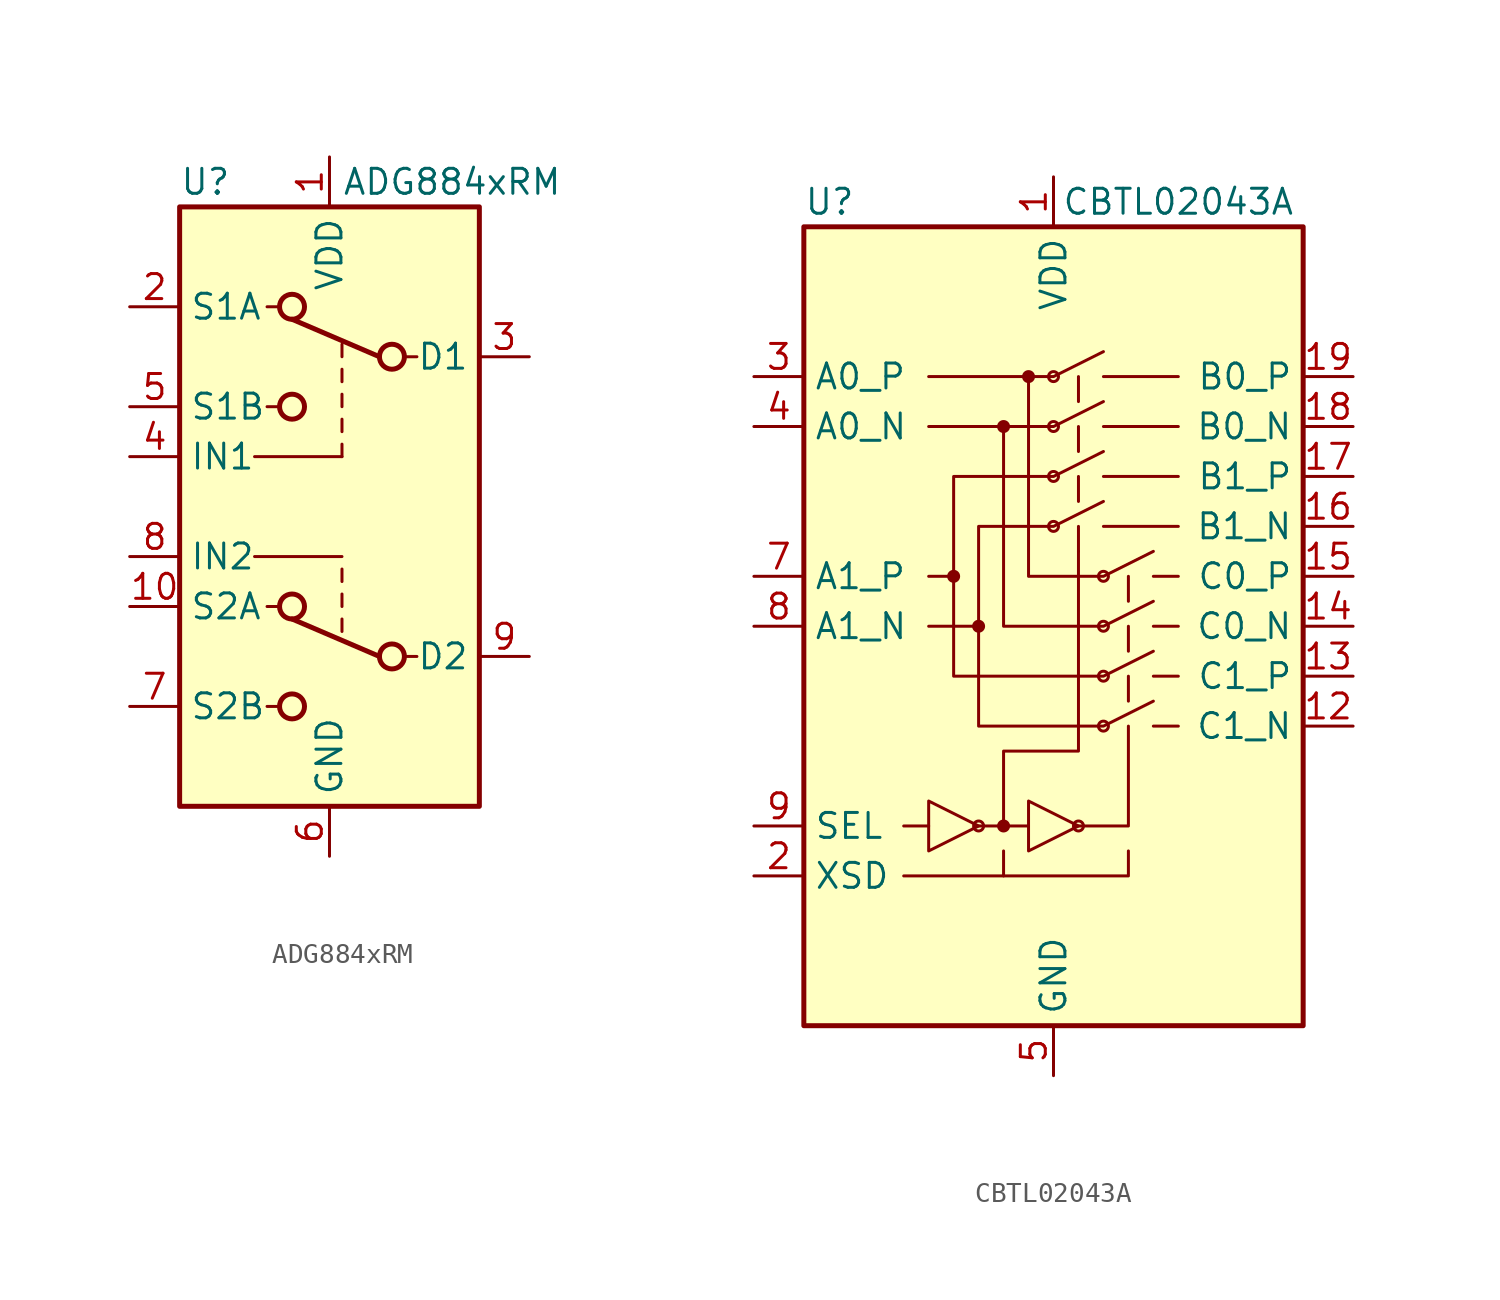
<source format=kicad_sym>
(kicad_symbol_lib
  (version 20241209)
  (generator "kicad_symbol_editor")
  (generator_version "9.0")
  (symbol "ADG884xRM"
    (property "Reference" "U"
      (at -7.62 16.51 0)
      (effects (font (size 1.27 1.27)) (justify left)))
    (property "Value" "ADG884xRM"
      (at 0.635 16.51 0)
      (effects (font (size 1.27 1.27)) (justify left)))
    (symbol "ADG884xRM_0_1"
      (rectangle (start -7.62 15.24) (end 7.62 -15.24) (stroke (width 0.254) (type default)) (fill (type background)))
      (polyline (pts (xy -3.81 2.54) (xy 0.635 2.54)) (stroke (width 0) (type default)) (fill (type none)))
      (polyline (pts (xy -3.81 -2.54) (xy 0.635 -2.54)) (stroke (width 0) (type default)) (fill (type none)))
      (polyline (pts (xy -3.175 10.16) (xy -2.54 10.16)) (stroke (width 0) (type default)) (fill (type none)))
      (polyline (pts (xy -3.175 5.08) (xy -2.54 5.08)) (stroke (width 0) (type default)) (fill (type none)))
      (polyline (pts (xy -3.175 -5.08) (xy -2.54 -5.08)) (stroke (width 0) (type default)) (fill (type none)))
      (polyline (pts (xy -3.175 -10.16) (xy -2.54 -10.16)) (stroke (width 0) (type default)) (fill (type none)))
      (circle (center -1.905 10.16) (radius 0.635) (stroke (width 0.254) (type default)) (fill (type none)))
      (polyline (pts (xy -1.905 9.525) (xy 2.54 7.62)) (stroke (width 0.254) (type default)) (fill (type none)))
      (circle (center -1.905 5.08) (radius 0.635) (stroke (width 0.254) (type default)) (fill (type none)))
      (circle (center -1.905 -5.08) (radius 0.635) (stroke (width 0.254) (type default)) (fill (type none)))
      (circle (center -1.905 -10.16) (radius 0.635) (stroke (width 0.254) (type default)) (fill (type none)))
      (polyline (pts (xy 0.635 8.255) (xy 0.635 7.62)) (stroke (width 0) (type default)) (fill (type none)))
      (polyline (pts (xy 0.635 6.985) (xy 0.635 6.35)) (stroke (width 0) (type default)) (fill (type none)))
      (polyline (pts (xy 0.635 5.715) (xy 0.635 5.08)) (stroke (width 0) (type default)) (fill (type none)))
      (polyline (pts (xy 0.635 4.445) (xy 0.635 3.81)) (stroke (width 0) (type default)) (fill (type none)))
      (polyline (pts (xy 0.635 3.175) (xy 0.635 2.54)) (stroke (width 0) (type default)) (fill (type none)))
      (polyline (pts (xy 0.635 -3.175) (xy 0.635 -3.81)) (stroke (width 0) (type default)) (fill (type none)))
      (polyline (pts (xy 0.635 -4.445) (xy 0.635 -5.08)) (stroke (width 0) (type default)) (fill (type none)))
      (polyline (pts (xy 0.635 -5.715) (xy 0.635 -6.35)) (stroke (width 0) (type default)) (fill (type none)))
      (polyline (pts (xy 2.54 -7.62) (xy -1.905 -5.715)) (stroke (width 0.254) (type default)) (fill (type none)))
      (circle (center 3.175 7.62) (radius 0.635) (stroke (width 0.254) (type default)) (fill (type none)))
      (circle (center 3.175 -7.62) (radius 0.635) (stroke (width 0.254) (type default)) (fill (type none)))
      (polyline (pts (xy 4.445 7.62) (xy 3.81 7.62)) (stroke (width 0) (type default)) (fill (type none)))
      (polyline (pts (xy 4.445 -7.62) (xy 3.81 -7.62)) (stroke (width 0) (type default)) (fill (type none))))
    (symbol "ADG884xRM_1_1"
      (pin bidirectional line (at -10.16 10.16 0) (length 2.54) (name "S1A" (effects (font (size 1.27 1.27)))) (number "2" (effects (font (size 1.27 1.27)))))
      (pin bidirectional line (at -10.16 5.08 0) (length 2.54) (name "S1B" (effects (font (size 1.27 1.27)))) (number "5" (effects (font (size 1.27 1.27)))))
      (pin input line (at -10.16 2.54 0) (length 2.54) (name "IN1" (effects (font (size 1.27 1.27)))) (number "4" (effects (font (size 1.27 1.27)))))
      (pin input line (at -10.16 -2.54 0) (length 2.54) (name "IN2" (effects (font (size 1.27 1.27)))) (number "8" (effects (font (size 1.27 1.27)))))
      (pin bidirectional line (at -10.16 -5.08 0) (length 2.54) (name "S2A" (effects (font (size 1.27 1.27)))) (number "10" (effects (font (size 1.27 1.27)))))
      (pin bidirectional line (at -10.16 -10.16 0) (length 2.54) (name "S2B" (effects (font (size 1.27 1.27)))) (number "7" (effects (font (size 1.27 1.27)))))
      (pin power_in line (at 0 17.78 270) (length 2.54) (name "VDD" (effects (font (size 1.27 1.27)))) (number "1" (effects (font (size 1.27 1.27)))))
      (pin power_in line (at 0 -17.78 90) (length 2.54) (name "GND" (effects (font (size 1.27 1.27)))) (number "6" (effects (font (size 1.27 1.27)))))
      (pin bidirectional line (at 10.16 7.62 180) (length 2.54) (name "D1" (effects (font (size 1.27 1.27)))) (number "3" (effects (font (size 1.27 1.27)))))
      (pin bidirectional line (at 10.16 -7.62 180) (length 2.54) (name "D2" (effects (font (size 1.27 1.27)))) (number "9" (effects (font (size 1.27 1.27)))))))
  (symbol "CBTL02043A"
    (property "Reference" "U"
      (at -12.7 21.59 0)
      (effects (font (size 1.27 1.27)) (justify left)))
    (property "Value" "CBTL02043A"
      (at 6.35 21.59 0)
      (effects (font (size 1.27 1.27))))
    (symbol "CBTL02043A_0_1"
      (rectangle (start -12.7 20.32) (end 12.7 -20.32) (stroke (width 0.254) (type default)) (fill (type background)))
      (polyline (pts (xy -7.62 -10.16) (xy -6.35 -10.16)) (stroke (width 0) (type default)) (fill (type none)))
      (polyline (pts (xy -7.62 -12.7) (xy -2.54 -12.7) (xy -2.54 -11.43)) (stroke (width 0) (type default)) (fill (type none)))
      (circle (center -5.08 2.54) (radius 0.254) (stroke (width 0) (type default)) (fill (type outline)))
      (circle (center -3.81 0) (radius 0.254) (stroke (width 0) (type default)) (fill (type outline)))
      (circle (center -2.54 10.16) (radius 0.254) (stroke (width 0) (type default)) (fill (type outline)))
      (polyline (pts (xy -2.54 -12.7) (xy 3.81 -12.7) (xy 3.81 -11.43)) (stroke (width 0) (type default)) (fill (type none)))
      (circle (center -1.27 12.7) (radius 0.254) (stroke (width 0) (type default)) (fill (type outline)))
      (polyline (pts (xy 1.27 -10.16) (xy -1.27 -8.89) (xy -1.27 -11.43) (xy 1.27 -10.16)) (stroke (width 0) (type default)) (fill (type none)))
      (polyline (pts (xy 5.08 3.81) (xy 2.54 2.54) (xy -1.27 2.54) (xy -1.27 12.7)) (stroke (width 0) (type default)) (fill (type none)))
      (polyline (pts (xy 5.08 1.27) (xy 2.54 0) (xy -2.54 0) (xy -2.54 10.16)) (stroke (width 0) (type default)) (fill (type none)))
      (polyline (pts (xy 5.08 -1.27) (xy 2.54 -2.54) (xy -5.08 -2.54) (xy -5.08 2.54)) (stroke (width 0) (type default)) (fill (type none)))
      (polyline (pts (xy 5.08 -3.81) (xy 2.54 -5.08) (xy -3.81 -5.08) (xy -3.81 0)) (stroke (width 0) (type default)) (fill (type none))))
    (symbol "CBTL02043A_1_1"
      (polyline (pts (xy -6.35 12.7) (xy 0 12.7) (xy 2.54 13.97)) (stroke (width 0) (type default)) (fill (type none)))
      (polyline (pts (xy -6.35 10.16) (xy 0 10.16) (xy 2.54 11.43)) (stroke (width 0) (type default)) (fill (type none)))
      (polyline (pts (xy -6.35 2.54) (xy -5.08 2.54) (xy -5.08 7.62) (xy 0 7.62) (xy 2.54 8.89)) (stroke (width 0) (type default)) (fill (type none)))
      (polyline (pts (xy -6.35 0) (xy -3.81 0) (xy -3.81 5.08) (xy 0 5.08) (xy 2.54 6.35)) (stroke (width 0) (type default)) (fill (type none)))
      (circle (center -3.81 -10.16) (radius 0.254) (stroke (width 0) (type default)) (fill (type none)))
      (polyline (pts (xy -3.81 -10.16) (xy -6.35 -8.89) (xy -6.35 -11.43) (xy -3.81 -10.16)) (stroke (width 0) (type default)) (fill (type none)))
      (circle (center -2.54 -10.16) (radius 0.254) (stroke (width 0) (type default)) (fill (type outline)))
      (polyline (pts (xy -2.54 -10.16) (xy -1.27 -10.16)) (stroke (width 0) (type default)) (fill (type none)))
      (circle (center 0 12.7) (radius 0.254) (stroke (width 0) (type default)) (fill (type none)))
      (circle (center 0 10.16) (radius 0.254) (stroke (width 0) (type default)) (fill (type none)))
      (circle (center 0 7.62) (radius 0.254) (stroke (width 0) (type default)) (fill (type none)))
      (circle (center 0 5.08) (radius 0.254) (stroke (width 0) (type default)) (fill (type none)))
      (polyline (pts (xy 1.27 12.7) (xy 1.27 11.43)) (stroke (width 0) (type default)) (fill (type none)))
      (polyline (pts (xy 1.27 10.16) (xy 1.27 8.89)) (stroke (width 0) (type default)) (fill (type none)))
      (polyline (pts (xy 1.27 7.62) (xy 1.27 6.35)) (stroke (width 0) (type default)) (fill (type none)))
      (polyline (pts (xy 1.27 5.08) (xy 1.27 3.81)) (stroke (width 0) (type default)) (fill (type none)))
      (polyline (pts (xy 1.27 3.81) (xy 1.27 -6.35) (xy -2.54 -6.35) (xy -2.54 -10.16) (xy -3.81 -10.16)) (stroke (width 0) (type default)) (fill (type none)))
      (polyline (pts (xy 1.27 -10.16) (xy 3.81 -10.16) (xy 3.81 -5.08)) (stroke (width 0) (type default)) (fill (type none)))
      (circle (center 1.27 -10.16) (radius 0.254) (stroke (width 0) (type default)) (fill (type none)))
      (circle (center 2.54 2.54) (radius 0.254) (stroke (width 0) (type default)) (fill (type none)))
      (circle (center 2.54 0) (radius 0.254) (stroke (width 0) (type default)) (fill (type none)))
      (circle (center 2.54 -2.54) (radius 0.254) (stroke (width 0) (type default)) (fill (type none)))
      (circle (center 2.54 -5.08) (radius 0.254) (stroke (width 0) (type default)) (fill (type none)))
      (polyline (pts (xy 3.81 1.27) (xy 3.81 2.54)) (stroke (width 0) (type default)) (fill (type none)))
      (polyline (pts (xy 3.81 -1.27) (xy 3.81 0)) (stroke (width 0) (type default)) (fill (type none)))
      (polyline (pts (xy 3.81 -3.81) (xy 3.81 -2.54)) (stroke (width 0) (type default)) (fill (type none)))
      (polyline (pts (xy 6.35 12.7) (xy 2.54 12.7)) (stroke (width 0) (type default)) (fill (type none)))
      (polyline (pts (xy 6.35 10.16) (xy 2.54 10.16)) (stroke (width 0) (type default)) (fill (type none)))
      (polyline (pts (xy 6.35 7.62) (xy 2.54 7.62)) (stroke (width 0) (type default)) (fill (type none)))
      (polyline (pts (xy 6.35 5.08) (xy 2.54 5.08)) (stroke (width 0) (type default)) (fill (type none)))
      (polyline (pts (xy 6.35 2.54) (xy 5.08 2.54)) (stroke (width 0) (type default)) (fill (type none)))
      (polyline (pts (xy 6.35 0) (xy 5.08 0)) (stroke (width 0) (type default)) (fill (type none)))
      (polyline (pts (xy 6.35 -2.54) (xy 5.08 -2.54)) (stroke (width 0) (type default)) (fill (type none)))
      (polyline (pts (xy 6.35 -5.08) (xy 5.08 -5.08)) (stroke (width 0) (type default)) (fill (type none)))
      (pin passive line (at -15.24 12.7 0) (length 2.54) (name "A0_P" (effects (font (size 1.27 1.27)))) (number "3" (effects (font (size 1.27 1.27)))))
      (pin passive line (at -15.24 10.16 0) (length 2.54) (name "A0_N" (effects (font (size 1.27 1.27)))) (number "4" (effects (font (size 1.27 1.27)))))
      (pin passive line (at -15.24 2.54 0) (length 2.54) (name "A1_P" (effects (font (size 1.27 1.27)))) (number "7" (effects (font (size 1.27 1.27)))))
      (pin passive line (at -15.24 0 0) (length 2.54) (name "A1_N" (effects (font (size 1.27 1.27)))) (number "8" (effects (font (size 1.27 1.27)))))
      (pin input line (at -15.24 -10.16 0) (length 2.54) (name "SEL" (effects (font (size 1.27 1.27)))) (number "9" (effects (font (size 1.27 1.27)))))
      (pin input line (at -15.24 -12.7 0) (length 2.54) (name "XSD" (effects (font (size 1.27 1.27)))) (number "2" (effects (font (size 1.27 1.27)))))
      (pin power_in line (at 0 22.86 270) (length 2.54) (name "VDD" (effects (font (size 1.27 1.27)))) (number "1" (effects (font (size 1.27 1.27)))))
      (pin passive line (at 0 22.86 270) (length 2.54) (hide yes) (name "VDD" (effects (font (size 1.27 1.27)))) (number "10" (effects (font (size 1.27 1.27)))))
      (pin passive line (at 0 22.86 270) (length 2.54) (hide yes) (name "VDD" (effects (font (size 1.27 1.27)))) (number "6" (effects (font (size 1.27 1.27)))))
      (pin passive line (at 0 -22.86 90) (length 2.54) (hide yes) (name "GND" (effects (font (size 1.27 1.27)))) (number "11" (effects (font (size 1.27 1.27)))))
      (pin passive line (at 0 -22.86 90) (length 2.54) (hide yes) (name "GND" (effects (font (size 1.27 1.27)))) (number "20" (effects (font (size 1.27 1.27)))))
      (pin passive line (at 0 -22.86 90) (length 2.54) (hide yes) (name "GND" (effects (font (size 1.27 1.27)))) (number "21" (effects (font (size 1.27 1.27)))))
      (pin power_in line (at 0 -22.86 90) (length 2.54) (name "GND" (effects (font (size 1.27 1.27)))) (number "5" (effects (font (size 1.27 1.27)))))
      (pin passive line (at 15.24 12.7 180) (length 2.54) (name "B0_P" (effects (font (size 1.27 1.27)))) (number "19" (effects (font (size 1.27 1.27)))))
      (pin passive line (at 15.24 10.16 180) (length 2.54) (name "B0_N" (effects (font (size 1.27 1.27)))) (number "18" (effects (font (size 1.27 1.27)))))
      (pin passive line (at 15.24 7.62 180) (length 2.54) (name "B1_P" (effects (font (size 1.27 1.27)))) (number "17" (effects (font (size 1.27 1.27)))))
      (pin passive line (at 15.24 5.08 180) (length 2.54) (name "B1_N" (effects (font (size 1.27 1.27)))) (number "16" (effects (font (size 1.27 1.27)))))
      (pin passive line (at 15.24 2.54 180) (length 2.54) (name "C0_P" (effects (font (size 1.27 1.27)))) (number "15" (effects (font (size 1.27 1.27)))))
      (pin passive line (at 15.24 0 180) (length 2.54) (name "C0_N" (effects (font (size 1.27 1.27)))) (number "14" (effects (font (size 1.27 1.27)))))
      (pin passive line (at 15.24 -2.54 180) (length 2.54) (name "C1_P" (effects (font (size 1.27 1.27)))) (number "13" (effects (font (size 1.27 1.27)))))
      (pin passive line (at 15.24 -5.08 180) (length 2.54) (name "C1_N" (effects (font (size 1.27 1.27)))) (number "12" (effects (font (size 1.27 1.27))))))))
</source>
